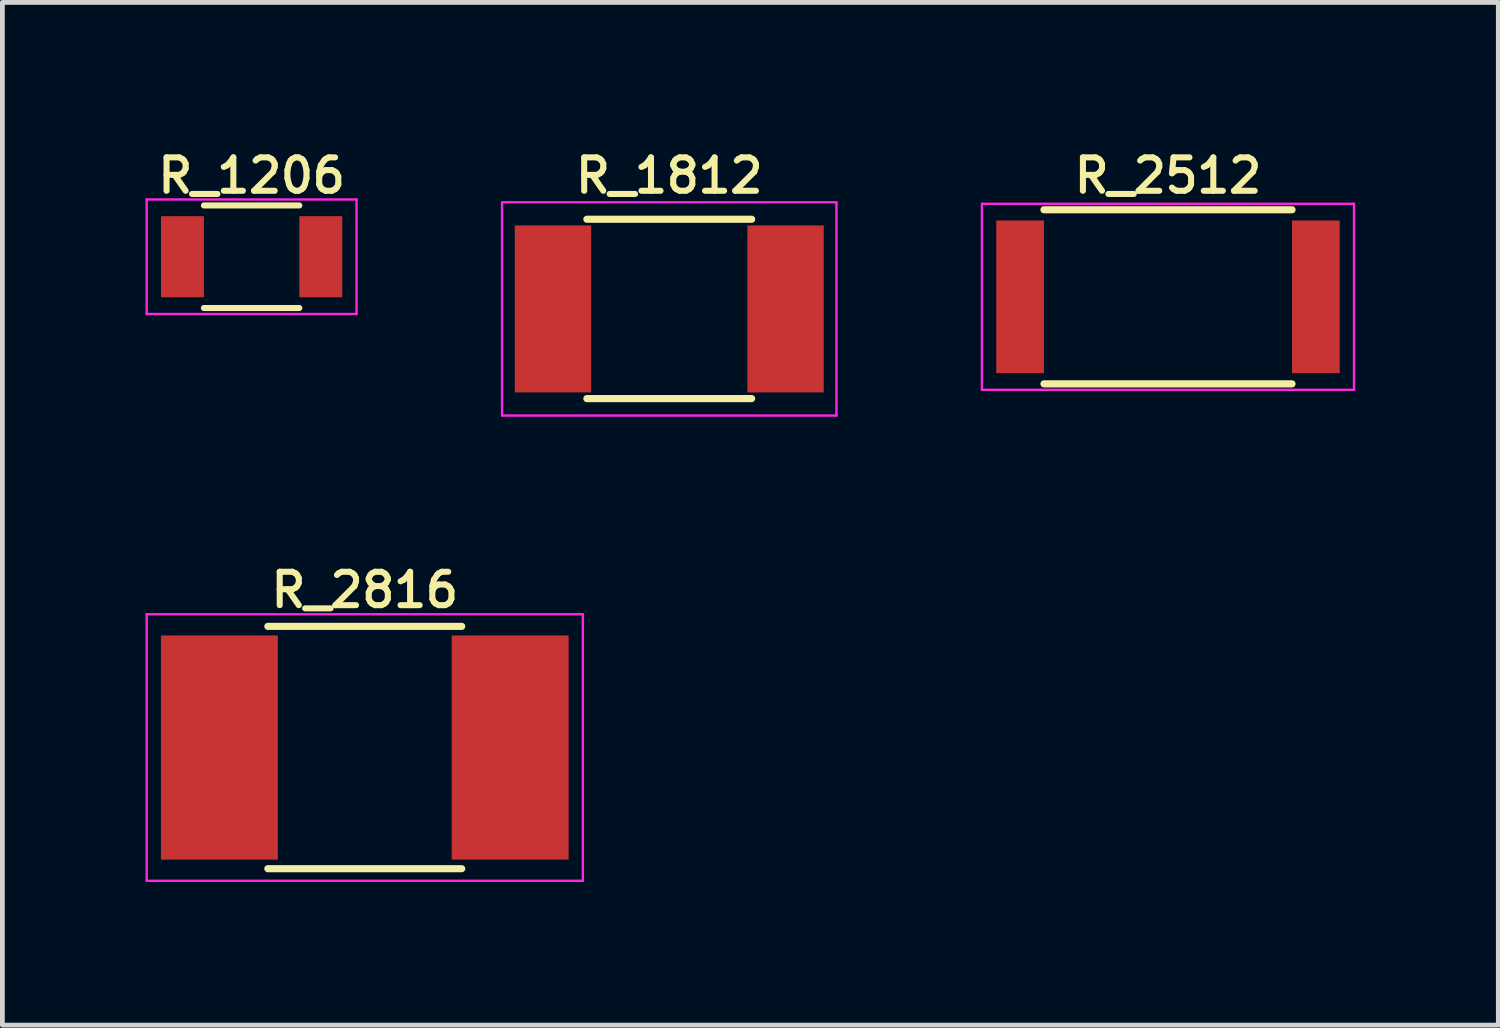
<source format=kicad_pcb>
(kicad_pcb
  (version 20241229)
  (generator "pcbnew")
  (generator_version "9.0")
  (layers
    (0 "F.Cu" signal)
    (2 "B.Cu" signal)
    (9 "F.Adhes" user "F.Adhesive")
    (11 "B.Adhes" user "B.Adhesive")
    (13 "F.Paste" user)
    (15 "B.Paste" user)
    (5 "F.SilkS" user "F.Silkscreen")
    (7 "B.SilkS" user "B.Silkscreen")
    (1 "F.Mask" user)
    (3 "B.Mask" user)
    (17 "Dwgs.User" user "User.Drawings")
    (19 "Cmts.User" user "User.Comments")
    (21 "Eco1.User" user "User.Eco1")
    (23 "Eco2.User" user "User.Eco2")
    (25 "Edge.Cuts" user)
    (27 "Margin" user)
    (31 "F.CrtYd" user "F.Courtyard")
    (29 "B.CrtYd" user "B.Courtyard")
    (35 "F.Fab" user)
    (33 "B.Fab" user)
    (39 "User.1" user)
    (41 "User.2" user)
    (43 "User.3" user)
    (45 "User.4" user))
  (footprint "R_1812"
    (layer "F.Cu")
    (at 10.98 3.426)
    (property "Reference" "R_1812" (at 0 -2.794 0) (layer "F.SilkS") (effects (font (size 0.7 0.7) (thickness 0.127))))
    (attr smd)
    (fp_line (start -1.727 -1.88) (end 1.727 -1.88) (stroke (width 0.15) (type solid)) (layer "F.SilkS"))
    (fp_line (start -1.727 1.88) (end 1.727 1.88) (stroke (width 0.15) (type solid)) (layer "F.SilkS"))
    (fp_line (start -3.505 -2.235) (end 3.505 -2.235) (stroke (width 0.05) (type solid)) (layer "F.CrtYd"))
    (fp_line (start -3.505 2.235) (end -3.505 -2.235) (stroke (width 0.05) (type solid)) (layer "F.CrtYd"))
    (fp_line (start 3.505 -2.235) (end 3.505 2.235) (stroke (width 0.05) (type solid)) (layer "F.CrtYd"))
    (fp_line (start 3.505 2.235) (end -3.505 2.235) (stroke (width 0.05) (type solid)) (layer "F.CrtYd"))
    (pad "1" smd rect (at -2.438 0) (size 1.6 3.5) (layers "F.Cu" "F.Mask" "F.Paste"))
    (pad "2" smd rect (at 2.438 0) (size 1.6 3.5) (layers "F.Cu" "F.Mask" "F.Paste")))
  (footprint "R_2816"
    (layer "F.Cu")
    (at 4.597 12.621)
    (property "Reference" "R_2816" (at 0 -3.302 0) (layer "F.SilkS") (effects (font (size 0.7 0.7) (thickness 0.127))))
    (attr smd)
    (fp_line (start -2.032 -2.54) (end 2.032 -2.54) (stroke (width 0.15) (type solid)) (layer "F.SilkS"))
    (fp_line (start -2.032 2.54) (end 2.032 2.54) (stroke (width 0.15) (type solid)) (layer "F.SilkS"))
    (fp_line (start -4.572 -2.794) (end 4.572 -2.794) (stroke (width 0.05) (type solid)) (layer "F.CrtYd"))
    (fp_line (start -4.572 2.794) (end -4.572 -2.794) (stroke (width 0.05) (type solid)) (layer "F.CrtYd"))
    (fp_line (start 4.572 -2.794) (end 4.572 2.794) (stroke (width 0.05) (type solid)) (layer "F.CrtYd"))
    (fp_line (start 4.572 2.794) (end -4.572 2.794) (stroke (width 0.05) (type solid)) (layer "F.CrtYd"))
    (pad "1" smd rect (at -3.048 0) (size 2.45 4.7) (layers "F.Cu" "F.Mask" "F.Paste"))
    (pad "2" smd rect (at 3.048 0) (size 2.45 4.7) (layers "F.Cu" "F.Mask" "F.Paste")))
  (footprint "R_1206"
    (layer "F.Cu")
    (at 2.225 2.332)
    (property "Reference" "R_1206" (at 0 -1.7 0) (layer "F.SilkS") (effects (font (size 0.7 0.7) (thickness 0.127))))
    (attr smd)
    (fp_line (start -1 -1.075) (end 1 -1.075) (stroke (width 0.127) (type solid)) (layer "F.SilkS"))
    (fp_line (start 1 1.075) (end -1 1.075) (stroke (width 0.127) (type solid)) (layer "F.SilkS"))
    (fp_line (start -2.2 -1.2) (end -2.2 1.2) (stroke (width 0.05) (type solid)) (layer "F.CrtYd"))
    (fp_line (start -2.2 -1.2) (end 2.2 -1.2) (stroke (width 0.05) (type solid)) (layer "F.CrtYd"))
    (fp_line (start -2.2 1.2) (end 2.2 1.2) (stroke (width 0.05) (type solid)) (layer "F.CrtYd"))
    (fp_line (start 2.2 -1.2) (end 2.2 1.2) (stroke (width 0.05) (type solid)) (layer "F.CrtYd"))
    (pad "1" smd rect (at -1.45 0) (size 0.9 1.7) (layers "F.Cu" "F.Mask" "F.Paste"))
    (pad "2" smd rect (at 1.45 0) (size 0.9 1.7) (layers "F.Cu" "F.Mask" "F.Paste")))
  (footprint "R_2512"
    (layer "F.Cu")
    (at 21.435 3.172)
    (property "Reference" "R_2512" (at 0 -2.54 0) (layer "F.SilkS") (effects (font (size 0.7 0.7) (thickness 0.127))))
    (attr smd)
    (fp_line (start -2.6 -1.825) (end 2.6 -1.825) (stroke (width 0.15) (type solid)) (layer "F.SilkS"))
    (fp_line (start 2.6 1.825) (end -2.6 1.825) (stroke (width 0.15) (type solid)) (layer "F.SilkS"))
    (fp_line (start -3.9 -1.95) (end -3.9 1.95) (stroke (width 0.05) (type solid)) (layer "F.CrtYd"))
    (fp_line (start -3.9 -1.95) (end 3.9 -1.95) (stroke (width 0.05) (type solid)) (layer "F.CrtYd"))
    (fp_line (start -3.9 1.95) (end 3.9 1.95) (stroke (width 0.05) (type solid)) (layer "F.CrtYd"))
    (fp_line (start 3.9 -1.95) (end 3.9 1.95) (stroke (width 0.05) (type solid)) (layer "F.CrtYd"))
    (pad "1" smd rect (at -3.1 0) (size 1 3.2) (layers "F.Cu" "F.Mask" "F.Paste"))
    (pad "2" smd rect (at 3.1 0) (size 1 3.2) (layers "F.Cu" "F.Mask" "F.Paste")))
  (gr_rect
    (start -3 -3)
    (end 28.36 18.44)
    (stroke (width 0.1) (type default))
    (fill no)
    (layer "Edge.Cuts")))
</source>
